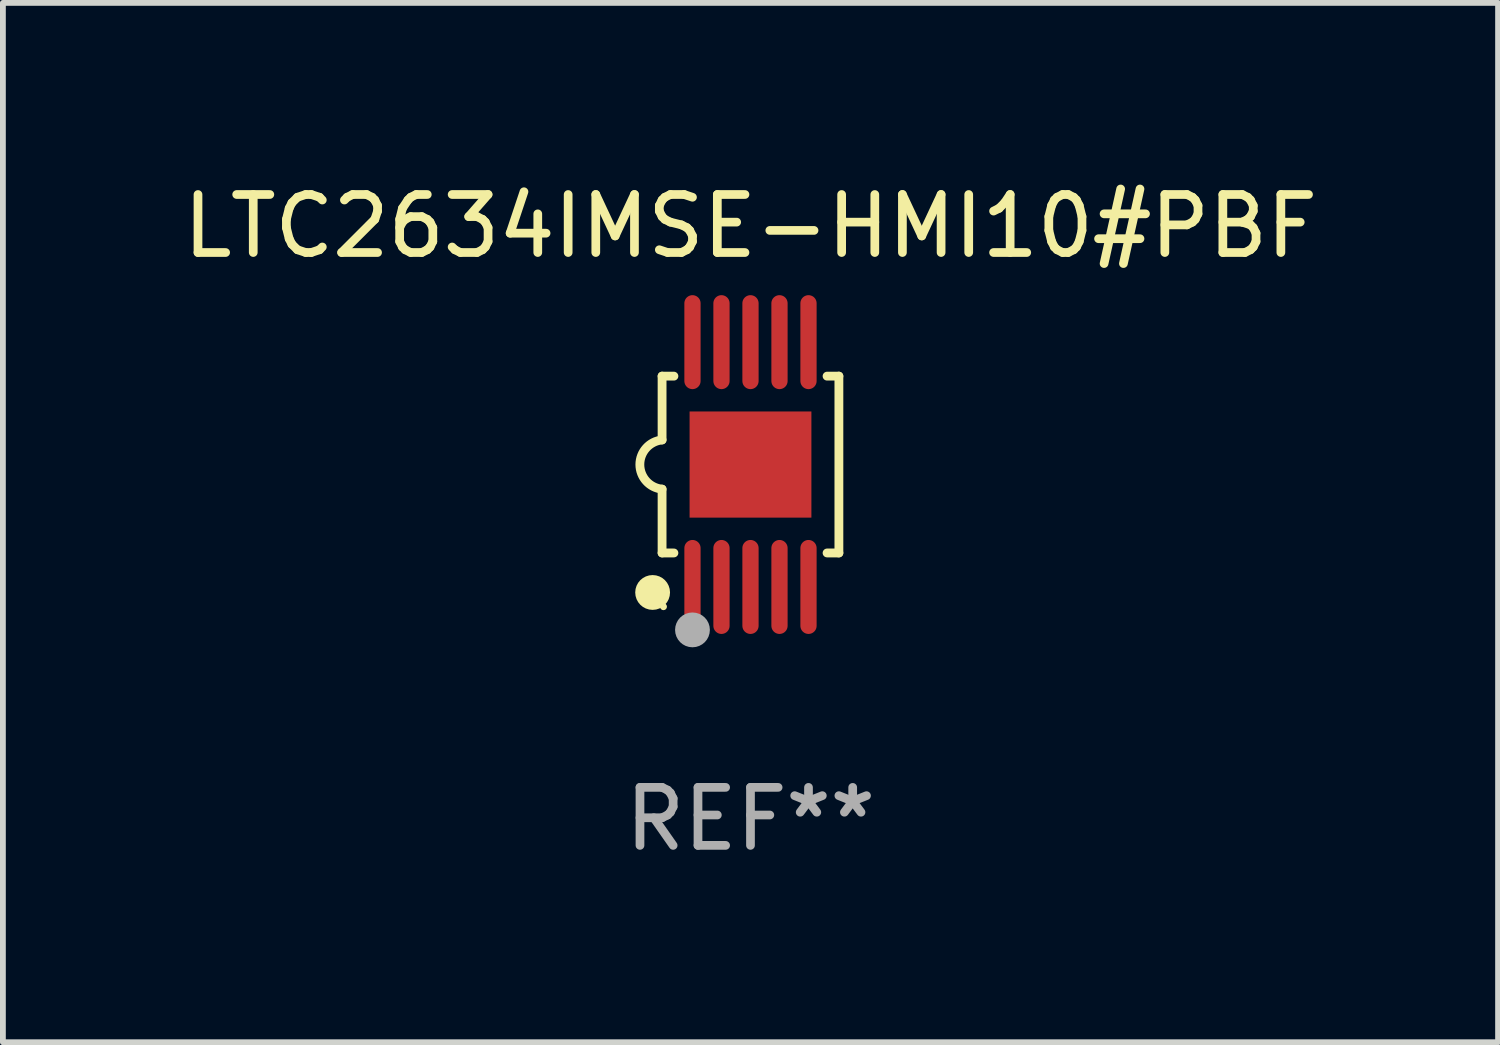
<source format=kicad_pcb>
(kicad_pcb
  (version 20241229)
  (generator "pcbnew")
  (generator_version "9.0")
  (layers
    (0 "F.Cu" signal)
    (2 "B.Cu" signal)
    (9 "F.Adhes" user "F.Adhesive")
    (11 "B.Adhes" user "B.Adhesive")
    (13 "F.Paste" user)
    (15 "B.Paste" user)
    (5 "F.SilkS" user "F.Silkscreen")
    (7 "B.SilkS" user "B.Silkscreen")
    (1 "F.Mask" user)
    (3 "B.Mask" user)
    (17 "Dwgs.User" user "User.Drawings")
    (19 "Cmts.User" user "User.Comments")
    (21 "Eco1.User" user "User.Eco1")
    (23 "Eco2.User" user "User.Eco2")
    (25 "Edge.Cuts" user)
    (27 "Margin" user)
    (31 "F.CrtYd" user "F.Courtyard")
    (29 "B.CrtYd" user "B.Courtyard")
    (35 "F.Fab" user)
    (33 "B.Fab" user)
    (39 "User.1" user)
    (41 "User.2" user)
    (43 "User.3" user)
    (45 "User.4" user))
  (footprint "LTC2634IMSE-HMI10#PBF"
    (layer "F.Cu")
    (at 9.887 4.958)
    (property "Reference" "LTC2634IMSE-HMI10#PBF" (at 0 -4.11 0) (layer "F.SilkS") (effects (font (size 1 1) (thickness 0.15))))
    (attr through_hole)
    (fp_line (start -1.524 -1.524) (end -1.524 -0.424) (stroke (width 0.152) (type solid)) (layer "F.SilkS"))
    (fp_line (start -1.524 1.524) (end -1.524 0.424) (stroke (width 0.152) (type solid)) (layer "F.SilkS"))
    (fp_line (start -1.524 1.524) (end -1.32 1.524) (stroke (width 0.152) (type solid)) (layer "F.SilkS"))
    (fp_line (start -1.32 -1.524) (end -1.524 -1.524) (stroke (width 0.152) (type solid)) (layer "F.SilkS"))
    (fp_line (start 1.32 1.524) (end 1.524 1.524) (stroke (width 0.152) (type solid)) (layer "F.SilkS"))
    (fp_line (start 1.524 -1.524) (end 1.32 -1.524) (stroke (width 0.152) (type solid)) (layer "F.SilkS"))
    (fp_line (start 1.524 1.524) (end 1.524 -1.524) (stroke (width 0.152) (type solid)) (layer "F.SilkS"))
    (fp_arc (start -1.524003 0.424003) (mid -1.906663 -0.000089) (end -1.524004 -0.424181) (stroke (width 0.151994) (type solid)) (layer "F.SilkS"))
    (fp_circle (center -1.687 2.205) (end -1.537 2.205) (stroke (width 0.3) (type solid)) (fill no) (layer "F.SilkS"))
    (fp_circle (center -1.5 2.45) (end -1.47 2.45) (stroke (width 0.06) (type solid)) (fill no) (layer "F.SilkS"))
    (fp_circle (center -1 2.85) (end -0.85 2.85) (stroke (width 0.3) (type solid)) (fill no) (layer "F.Fab"))
    (fp_text user "REF**" (at 0 6.11 0) (layer "F.Fab") (effects (font (size 1 1) (thickness 0.15))))
    (pad "1" smd oval (at -1 2.11) (size 0.28 1.62) (layers "F.Cu" "F.Mask" "F.Paste"))
    (pad "2" smd oval (at -0.5 2.11) (size 0.28 1.62) (layers "F.Cu" "F.Mask" "F.Paste"))
    (pad "3" smd oval (at 0 2.11) (size 0.28 1.62) (layers "F.Cu" "F.Mask" "F.Paste"))
    (pad "4" smd oval (at 0.5 2.11) (size 0.28 1.62) (layers "F.Cu" "F.Mask" "F.Paste"))
    (pad "5" smd oval (at 1 2.11) (size 0.28 1.62) (layers "F.Cu" "F.Mask" "F.Paste"))
    (pad "6" smd oval (at 1 -2.11) (size 0.28 1.62) (layers "F.Cu" "F.Mask" "F.Paste"))
    (pad "7" smd oval (at 0.5 -2.11) (size 0.28 1.62) (layers "F.Cu" "F.Mask" "F.Paste"))
    (pad "8" smd oval (at 0 -2.11) (size 0.28 1.62) (layers "F.Cu" "F.Mask" "F.Paste"))
    (pad "9" smd oval (at -0.5 -2.11) (size 0.28 1.62) (layers "F.Cu" "F.Mask" "F.Paste"))
    (pad "10" smd oval (at -1 -2.11) (size 0.28 1.62) (layers "F.Cu" "F.Mask" "F.Paste"))
    (pad "11" smd rect (at 0 0) (size 2.1 1.83) (layers "F.Cu" "F.Mask" "F.Paste")))
  (gr_rect
    (start -3 -3)
    (end 22.774 14.916)
    (stroke (width 0.1) (type default))
    (fill no)
    (layer "Edge.Cuts")))
</source>
